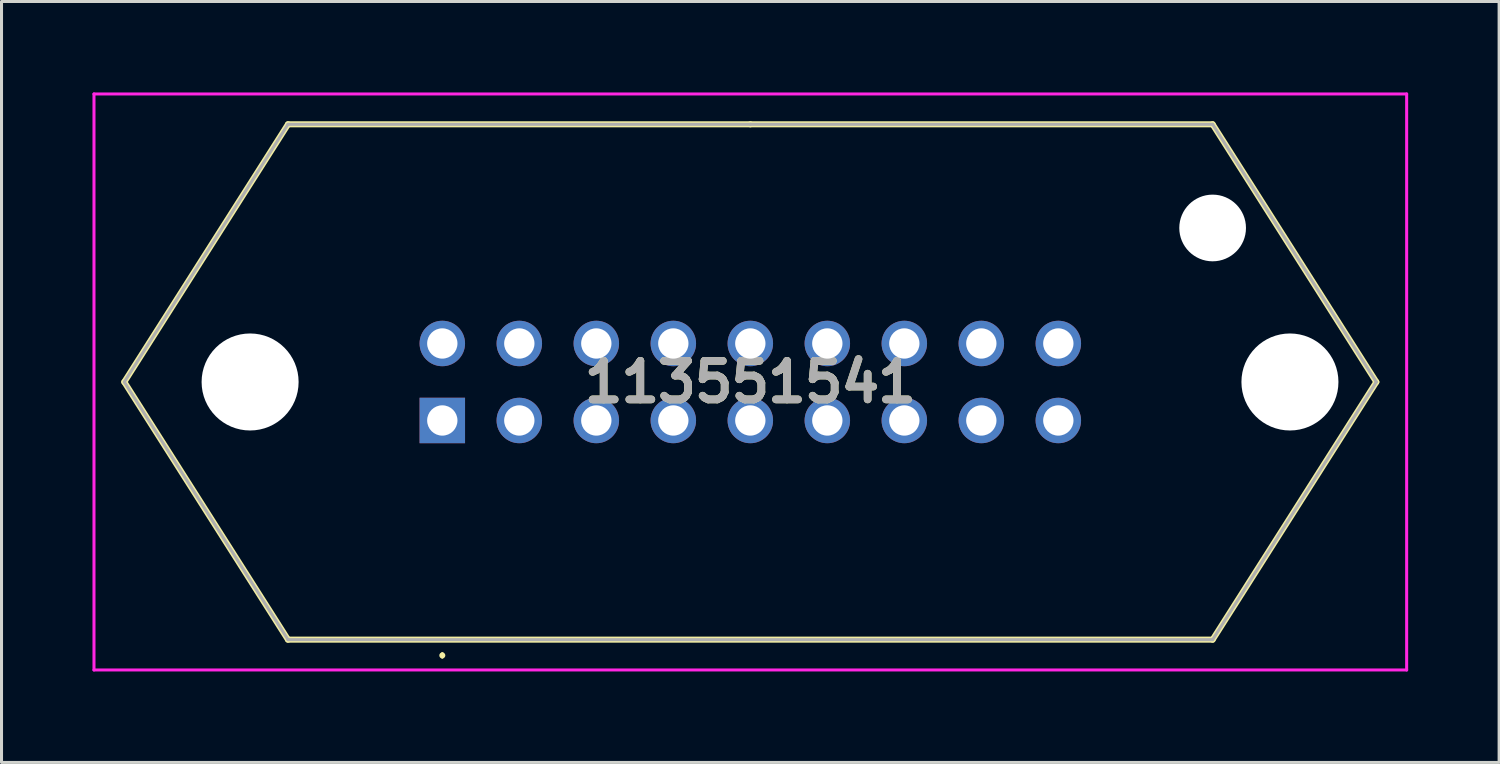
<source format=kicad_pcb>
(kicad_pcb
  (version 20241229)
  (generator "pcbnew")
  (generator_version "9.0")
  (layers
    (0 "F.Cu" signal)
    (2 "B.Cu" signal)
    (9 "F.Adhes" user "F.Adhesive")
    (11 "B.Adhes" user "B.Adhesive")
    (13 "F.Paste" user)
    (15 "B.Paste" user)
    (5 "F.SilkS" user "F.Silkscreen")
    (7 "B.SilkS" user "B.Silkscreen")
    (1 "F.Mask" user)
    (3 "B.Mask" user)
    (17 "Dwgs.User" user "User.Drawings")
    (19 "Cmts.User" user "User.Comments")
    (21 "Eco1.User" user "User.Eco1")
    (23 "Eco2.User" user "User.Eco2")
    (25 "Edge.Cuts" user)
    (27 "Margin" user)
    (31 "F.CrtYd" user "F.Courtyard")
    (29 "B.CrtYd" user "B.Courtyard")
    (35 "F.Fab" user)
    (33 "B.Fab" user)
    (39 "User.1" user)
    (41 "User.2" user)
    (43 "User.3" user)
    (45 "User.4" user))
  (footprint "113551541"
    (layer "F.Cu")
    (at 11.54 10.82)
    (property "Reference" "113551541" (at 10.16 -1.27 0) (layer "F.SilkS") (effects (font (size 1.27 1.27) (thickness 0.254))))
    (attr through_hole)
    (fp_line (start -10.49 -1.27) (end -5.09 7.23) (stroke (width 0.2) (type solid)) (layer "F.SilkS"))
    (fp_line (start -5.09 -9.77) (end -10.49 -1.27) (stroke (width 0.2) (type solid)) (layer "F.SilkS"))
    (fp_line (start -5.09 7.23) (end 25.41 7.23) (stroke (width 0.2) (type solid)) (layer "F.SilkS"))
    (fp_line (start 0 7.7) (end 0 7.7) (stroke (width 0.1) (type solid)) (layer "F.SilkS"))
    (fp_line (start 0 7.8) (end 0 7.8) (stroke (width 0.1) (type solid)) (layer "F.SilkS"))
    (fp_line (start 10.16 -9.77) (end -5.09 -9.77) (stroke (width 0.2) (type solid)) (layer "F.SilkS"))
    (fp_line (start 25.41 -9.77) (end 10.16 -9.77) (stroke (width 0.2) (type solid)) (layer "F.SilkS"))
    (fp_line (start 25.41 7.23) (end 30.81 -1.27) (stroke (width 0.2) (type solid)) (layer "F.SilkS"))
    (fp_line (start 30.81 -1.27) (end 25.41 -9.77) (stroke (width 0.2) (type solid)) (layer "F.SilkS"))
    (fp_arc (start 0 7.7) (mid 0.05 7.75) (end 0 7.8) (stroke (width 0.1) (type solid)) (layer "F.SilkS"))
    (fp_arc (start 0 7.8) (mid -0.05 7.75) (end 0 7.7) (stroke (width 0.1) (type solid)) (layer "F.SilkS"))
    (fp_line (start -11.49 -10.77) (end 31.81 -10.77) (stroke (width 0.1) (type solid)) (layer "F.CrtYd"))
    (fp_line (start -11.49 8.23) (end -11.49 -10.77) (stroke (width 0.1) (type solid)) (layer "F.CrtYd"))
    (fp_line (start 31.81 -10.77) (end 31.81 8.23) (stroke (width 0.1) (type solid)) (layer "F.CrtYd"))
    (fp_line (start 31.81 8.23) (end -11.49 8.23) (stroke (width 0.1) (type solid)) (layer "F.CrtYd"))
    (fp_line (start -10.49 -1.27) (end -5.09 7.23) (stroke (width 0.1) (type solid)) (layer "F.Fab"))
    (fp_line (start -5.09 -9.77) (end -10.49 -1.27) (stroke (width 0.1) (type solid)) (layer "F.Fab"))
    (fp_line (start -5.09 7.23) (end 25.41 7.23) (stroke (width 0.1) (type solid)) (layer "F.Fab"))
    (fp_line (start 10.16 -9.77) (end -5.09 -9.77) (stroke (width 0.1) (type solid)) (layer "F.Fab"))
    (fp_line (start 25.41 -9.77) (end 10.16 -9.77) (stroke (width 0.1) (type solid)) (layer "F.Fab"))
    (fp_line (start 25.41 7.23) (end 30.81 -1.27) (stroke (width 0.1) (type solid)) (layer "F.Fab"))
    (fp_line (start 30.81 -1.27) (end 25.41 -9.77) (stroke (width 0.1) (type solid)) (layer "F.Fab"))
    (fp_text user "${REFERENCE}" (at 10.16 -1.27 0) (layer "F.Fab") (effects (font (size 1.27 1.27) (thickness 0.254))))
    (pad "" np_thru_hole circle (at -6.34 -1.27) (size 3.2 3.2) (drill 3.2) (layers "*.Cu" "*.Mask"))
    (pad "" np_thru_hole circle (at 25.41 -6.35) (size 2.2 2.2) (drill 2.2) (layers "*.Cu" "*.Mask"))
    (pad "" np_thru_hole circle (at 27.96 -1.27) (size 3.2 3.2) (drill 3.2) (layers "*.Cu" "*.Mask"))
    (pad "1" thru_hole rect (at 0 0) (size 1.5 1.5) (drill 1) (layers "*.Cu" "*.Mask"))
    (pad "2" thru_hole circle (at 2.54 0) (size 1.5 1.5) (drill 1) (layers "*.Cu" "*.Mask"))
    (pad "3" thru_hole circle (at 5.08 0) (size 1.5 1.5) (drill 1) (layers "*.Cu" "*.Mask"))
    (pad "4" thru_hole circle (at 7.62 0) (size 1.5 1.5) (drill 1) (layers "*.Cu" "*.Mask"))
    (pad "5" thru_hole circle (at 10.16 0) (size 1.5 1.5) (drill 1) (layers "*.Cu" "*.Mask"))
    (pad "6" thru_hole circle (at 12.7 0) (size 1.5 1.5) (drill 1) (layers "*.Cu" "*.Mask"))
    (pad "7" thru_hole circle (at 15.24 0) (size 1.5 1.5) (drill 1) (layers "*.Cu" "*.Mask"))
    (pad "8" thru_hole circle (at 17.78 0) (size 1.5 1.5) (drill 1) (layers "*.Cu" "*.Mask"))
    (pad "9" thru_hole circle (at 20.32 0) (size 1.5 1.5) (drill 1) (layers "*.Cu" "*.Mask"))
    (pad "10" thru_hole circle (at 0 -2.54) (size 1.5 1.5) (drill 1) (layers "*.Cu" "*.Mask"))
    (pad "11" thru_hole circle (at 2.54 -2.54) (size 1.5 1.5) (drill 1) (layers "*.Cu" "*.Mask"))
    (pad "12" thru_hole circle (at 5.08 -2.54) (size 1.5 1.5) (drill 1) (layers "*.Cu" "*.Mask"))
    (pad "13" thru_hole circle (at 7.62 -2.54) (size 1.5 1.5) (drill 1) (layers "*.Cu" "*.Mask"))
    (pad "14" thru_hole circle (at 10.16 -2.54) (size 1.5 1.5) (drill 1) (layers "*.Cu" "*.Mask"))
    (pad "15" thru_hole circle (at 12.7 -2.54) (size 1.5 1.5) (drill 1) (layers "*.Cu" "*.Mask"))
    (pad "16" thru_hole circle (at 15.24 -2.54) (size 1.5 1.5) (drill 1) (layers "*.Cu" "*.Mask"))
    (pad "17" thru_hole circle (at 17.78 -2.54) (size 1.5 1.5) (drill 1) (layers "*.Cu" "*.Mask"))
    (pad "18" thru_hole circle (at 20.32 -2.54) (size 1.5 1.5) (drill 1) (layers "*.Cu" "*.Mask")))
  (gr_rect
    (start -3 -3)
    (end 46.4 22.1)
    (stroke (width 0.1) (type default))
    (fill no)
    (layer "Edge.Cuts")))
</source>
